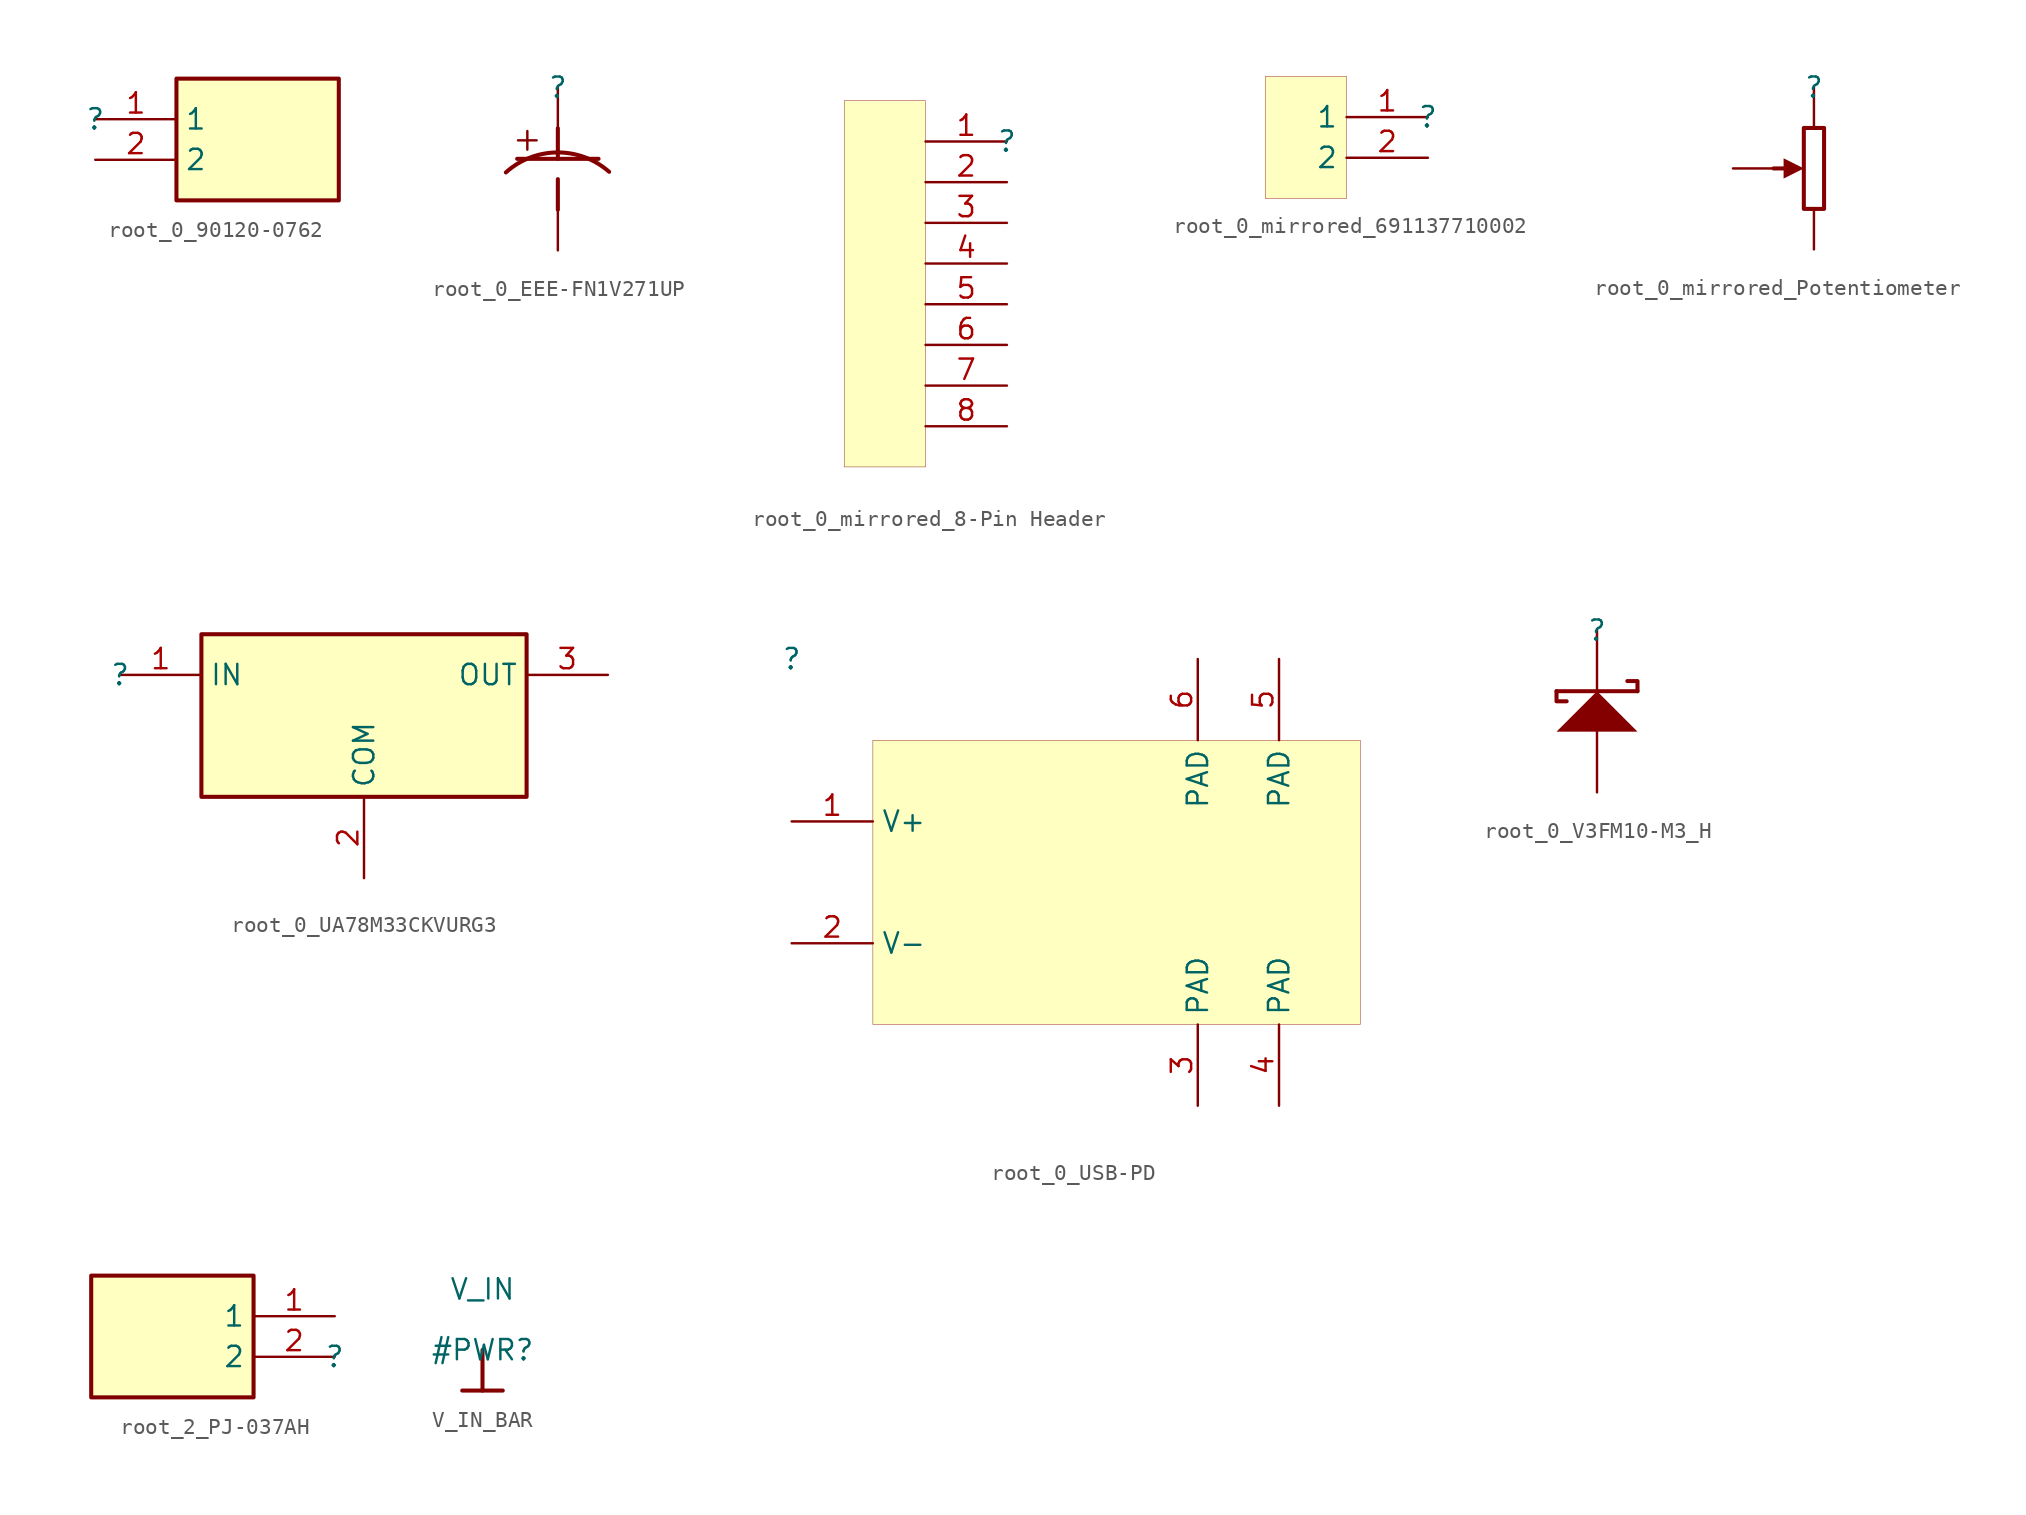
<source format=kicad_sym>
(kicad_symbol_lib
  (version 20231120)
  (generator "kicad_symbol_editor")
  (generator_version "8.0")
  (symbol "root_0_90120-0762"
    (property "Reference" ""
      (at 0 0 0)
      (effects (font (size 1.27 1.27))))
    (property "Value" ""
      (at 0 0 0)
      (effects (font (size 1.27 1.27))))
    (symbol "root_0_90120-0762_1_0"
      (rectangle (start 15.24 2.54) (end 5.08 -5.08) (stroke (width 0.254) (type solid) (color 128 0 0 1)) (fill (type background)))
      (pin passive line (at 0 0 0) (length 5.08) (name "1" (effects (font (size 1.27 1.27)))) (number "1" (effects (font (size 1.27 1.27)))))
      (pin passive line (at 0 -2.54 0) (length 5.08) (name "2" (effects (font (size 1.27 1.27)))) (number "2" (effects (font (size 1.27 1.27)))))))
  (symbol "root_0_EEE-FN1V271UP"
    (property "Reference" ""
      (at 0 0 0)
      (effects (font (size 1.27 1.27))))
    (property "Value" ""
      (at 0 0 0)
      (effects (font (size 1.27 1.27))))
    (symbol "root_0_EEE-FN1V271UP_1_0"
      (polyline (pts (xy -2.54 -4.445) (xy 2.54 -4.445)) (stroke (width 0.254) (type solid)) (fill (type none)))
      (polyline (pts (xy 0 -7.62) (xy 0 -5.715)) (stroke (width 0.254) (type solid)) (fill (type none)))
      (polyline (pts (xy 0 -2.54) (xy 0 -4.445)) (stroke (width 0.254) (type solid)) (fill (type none)))
      (arc (start 3.2015 -5.2562) (mid -0.0292 -4.0471) (end -3.2451 -5.2951) (stroke (width 0.254) (type solid)) (fill (type none)))
      (text "+" (at -1.905 -3.175 0) (effects (font (size 1.524 1.524))))
      (pin passive line (at 0 0 270) (length 2.54) (name "" (effects (font (size 1.27 1.27)))) (number "1" (effects (font (size 0 0)))))
      (pin passive line (at 0 -10.16 90) (length 2.54) (name "" (effects (font (size 0 0)))) (number "2" (effects (font (size 0 0)))))))
  (symbol "root_0_mirrored_8-Pin Header"
    (property "Reference" ""
      (at 0 0 0)
      (effects (font (size 1.27 1.27))))
    (property "Value" ""
      (at 0 0 0)
      (effects (font (size 1.27 1.27))))
    (symbol "root_0_mirrored_8-Pin Header_1_0"
      (rectangle (start -5.08 2.54) (end -10.16 -20.32) (stroke (width 0.025) (type solid) (color 128 0 0 1)) (fill (type background)))
      (pin passive line (at 0 0 180) (length 5.08) (name "" (effects (font (size 1.27 1.27)))) (number "1" (effects (font (size 1.27 1.27)))))
      (pin passive line (at 0 -2.54 180) (length 5.08) (name "" (effects (font (size 1.27 1.27)))) (number "2" (effects (font (size 1.27 1.27)))))
      (pin passive line (at 0 -5.08 180) (length 5.08) (name "" (effects (font (size 1.27 1.27)))) (number "3" (effects (font (size 1.27 1.27)))))
      (pin passive line (at 0 -7.62 180) (length 5.08) (name "" (effects (font (size 1.27 1.27)))) (number "4" (effects (font (size 1.27 1.27)))))
      (pin passive line (at 0 -10.16 180) (length 5.08) (name "" (effects (font (size 1.27 1.27)))) (number "5" (effects (font (size 1.27 1.27)))))
      (pin passive line (at 0 -12.7 180) (length 5.08) (name "" (effects (font (size 1.27 1.27)))) (number "6" (effects (font (size 1.27 1.27)))))
      (pin passive line (at 0 -15.24 180) (length 5.08) (name "" (effects (font (size 1.27 1.27)))) (number "7" (effects (font (size 1.27 1.27)))))
      (pin passive line (at 0 -17.78 180) (length 5.08) (name "" (effects (font (size 1.27 1.27)))) (number "8" (effects (font (size 1.27 1.27)))))))
  (symbol "root_0_mirrored_691137710002"
    (property "Reference" ""
      (at 0 0 0)
      (effects (font (size 1.27 1.27))))
    (property "Value" ""
      (at 0 0 0)
      (effects (font (size 1.27 1.27))))
    (symbol "root_0_mirrored_691137710002_1_0"
      (rectangle (start -5.08 2.54) (end -10.16 -5.08) (stroke (width 0.025) (type solid) (color 128 0 0 1)) (fill (type background)))
      (pin passive line (at 0 0 180) (length 5.08) (name "1" (effects (font (size 1.27 1.27)))) (number "1" (effects (font (size 1.27 1.27)))))
      (pin passive line (at 0 -2.54 180) (length 5.08) (name "2" (effects (font (size 1.27 1.27)))) (number "2" (effects (font (size 1.27 1.27)))))))
  (symbol "root_0_mirrored_Potentiometer"
    (property "Reference" ""
      (at 0 0 0)
      (effects (font (size 1.27 1.27))))
    (property "Value" ""
      (at 0 0 0)
      (effects (font (size 1.27 1.27))))
    (symbol "root_0_mirrored_Potentiometer_1_0"
      (polyline (pts (xy -2.54 -5.08) (xy -1.905 -5.08)) (stroke (width 0.254) (type solid)) (fill (type none)))
      (polyline (pts (xy -1.905 -4.445) (xy -1.905 -5.715) (xy -0.635 -5.08) (xy -1.905 -4.445)) (stroke (width -0.0001) (type solid)) (fill (type outline)))
      (polyline (pts (xy 0.635 -2.54) (xy -0.635 -2.54) (xy -0.635 -7.62) (xy 0.635 -7.62) (xy 0.635 -2.54)) (stroke (width 0.254) (type solid)) (fill (type none)))
      (pin passive line (at 0 0 270) (length 2.54) (name "" (effects (font (size 1.27 1.27)))) (number "1" (effects (font (size 0 0)))))
      (pin passive line (at -5.08 -5.08 0) (length 2.54) (name "" (effects (font (size 1.27 1.27)))) (number "2" (effects (font (size 0 0)))))
      (pin passive line (at 0 -10.16 90) (length 2.54) (name "" (effects (font (size 0 0)))) (number "3" (effects (font (size 0 0)))))))
  (symbol "root_0_UA78M33CKVURG3"
    (property "Reference" ""
      (at 0 0 0)
      (effects (font (size 1.27 1.27))))
    (property "Value" ""
      (at 0 0 0)
      (effects (font (size 1.27 1.27))))
    (symbol "root_0_UA78M33CKVURG3_1_0"
      (rectangle (start 25.4 2.54) (end 5.08 -7.62) (stroke (width 0.254) (type solid) (color 128 0 0 1)) (fill (type background)))
      (pin passive line (at 0 0 0) (length 5.08) (name "IN" (effects (font (size 1.27 1.27)))) (number "1" (effects (font (size 1.27 1.27)))))
      (pin passive line (at 15.24 -12.7 90) (length 5.08) (name "COM" (effects (font (size 1.27 1.27)))) (number "2" (effects (font (size 1.27 1.27)))))
      (pin passive line (at 30.48 0 180) (length 5.08) (name "OUT" (effects (font (size 1.27 1.27)))) (number "3" (effects (font (size 1.27 1.27)))))))
  (symbol "root_0_USB-PD"
    (property "Reference" ""
      (at 0 0 0)
      (effects (font (size 1.27 1.27))))
    (property "Value" ""
      (at 0 0 0)
      (effects (font (size 1.27 1.27))))
    (symbol "root_0_USB-PD_1_0"
      (rectangle (start 35.56 -5.08) (end 5.08 -22.86) (stroke (width 0.025) (type solid) (color 128 0 0 1)) (fill (type background)))
      (pin passive line (at 0 -10.16 0) (length 5.08) (name "V+" (effects (font (size 1.27 1.27)))) (number "1" (effects (font (size 1.27 1.27)))))
      (pin passive line (at 0 -17.78 0) (length 5.08) (name "V-" (effects (font (size 1.27 1.27)))) (number "2" (effects (font (size 1.27 1.27)))))
      (pin passive line (at 25.4 -27.94 90) (length 5.08) (name "PAD" (effects (font (size 1.27 1.27)))) (number "3" (effects (font (size 1.27 1.27)))))
      (pin passive line (at 30.48 -27.94 90) (length 5.08) (name "PAD" (effects (font (size 1.27 1.27)))) (number "4" (effects (font (size 1.27 1.27)))))
      (pin passive line (at 30.48 0 270) (length 5.08) (name "PAD" (effects (font (size 1.27 1.27)))) (number "5" (effects (font (size 1.27 1.27)))))
      (pin passive line (at 25.4 0 270) (length 5.08) (name "PAD" (effects (font (size 1.27 1.27)))) (number "6" (effects (font (size 1.27 1.27)))))))
  (symbol "root_0_V3FM10-M3_H"
    (property "Reference" ""
      (at 0 0 0)
      (effects (font (size 1.27 1.27))))
    (property "Value" ""
      (at 0 0 0)
      (effects (font (size 1.27 1.27))))
    (symbol "root_0_V3FM10-M3_H_1_0"
      (polyline (pts (xy -2.54 -3.81) (xy 2.54 -3.81)) (stroke (width 0.254) (type solid)) (fill (type none)))
      (polyline (pts (xy -1.905 -4.445) (xy -2.54 -4.445) (xy -2.54 -3.81)) (stroke (width 0.254) (type solid)) (fill (type none)))
      (polyline (pts (xy 1.905 -3.175) (xy 2.54 -3.175) (xy 2.54 -3.81)) (stroke (width 0.254) (type solid)) (fill (type none)))
      (polyline (pts (xy 2.54 -6.35) (xy 0 -3.81) (xy -2.54 -6.35) (xy 2.54 -6.35)) (stroke (width -0.0001) (type solid)) (fill (type outline)))
      (pin passive line (at 0 0 270) (length 5.08) (name "K" (effects (font (size 0 0)))) (number "1" (effects (font (size 0 0)))))
      (pin passive line (at 0 -10.16 90) (length 5.08) (name "A" (effects (font (size 0 0)))) (number "2" (effects (font (size 0 0)))))))
  (symbol "root_2_PJ-037AH"
    (property "Reference" ""
      (at 0 0 0)
      (effects (font (size 1.27 1.27))))
    (property "Value" ""
      (at 0 0 0)
      (effects (font (size 1.27 1.27))))
    (symbol "root_2_PJ-037AH_1_0"
      (rectangle (start -5.08 5.08) (end -15.24 -2.54) (stroke (width 0.254) (type solid) (color 128 0 0 1)) (fill (type background)))
      (pin passive line (at 0 2.54 180) (length 5.08) (name "1" (effects (font (size 1.27 1.27)))) (number "1" (effects (font (size 1.27 1.27)))))
      (pin passive line (at 0 0 180) (length 5.08) (name "2" (effects (font (size 1.27 1.27)))) (number "2" (effects (font (size 1.27 1.27)))))))
  (symbol "V_IN_BAR"
    (power)
    (property "Reference" "#PWR"
      (at 0 0 0)
      (effects (font (size 1.27 1.27))))
    (property "Value" "V_IN"
      (at 0 3.81 0)
      (effects (font (size 1.27 1.27))))
    (symbol "V_IN_BAR_0_0"
      (polyline (pts (xy -1.27 -2.54) (xy 1.27 -2.54)) (stroke (width 0.254) (type solid)) (fill (type none)))
      (polyline (pts (xy 0 0) (xy 0 -2.54)) (stroke (width 0.254) (type solid)) (fill (type none)))
      (pin power_in line (at 0 0 0) (length 0) hide (name "V_IN" (effects (font (size 1.27 1.27)))) (number "" (effects (font (size 1.27 1.27))))))))
</source>
